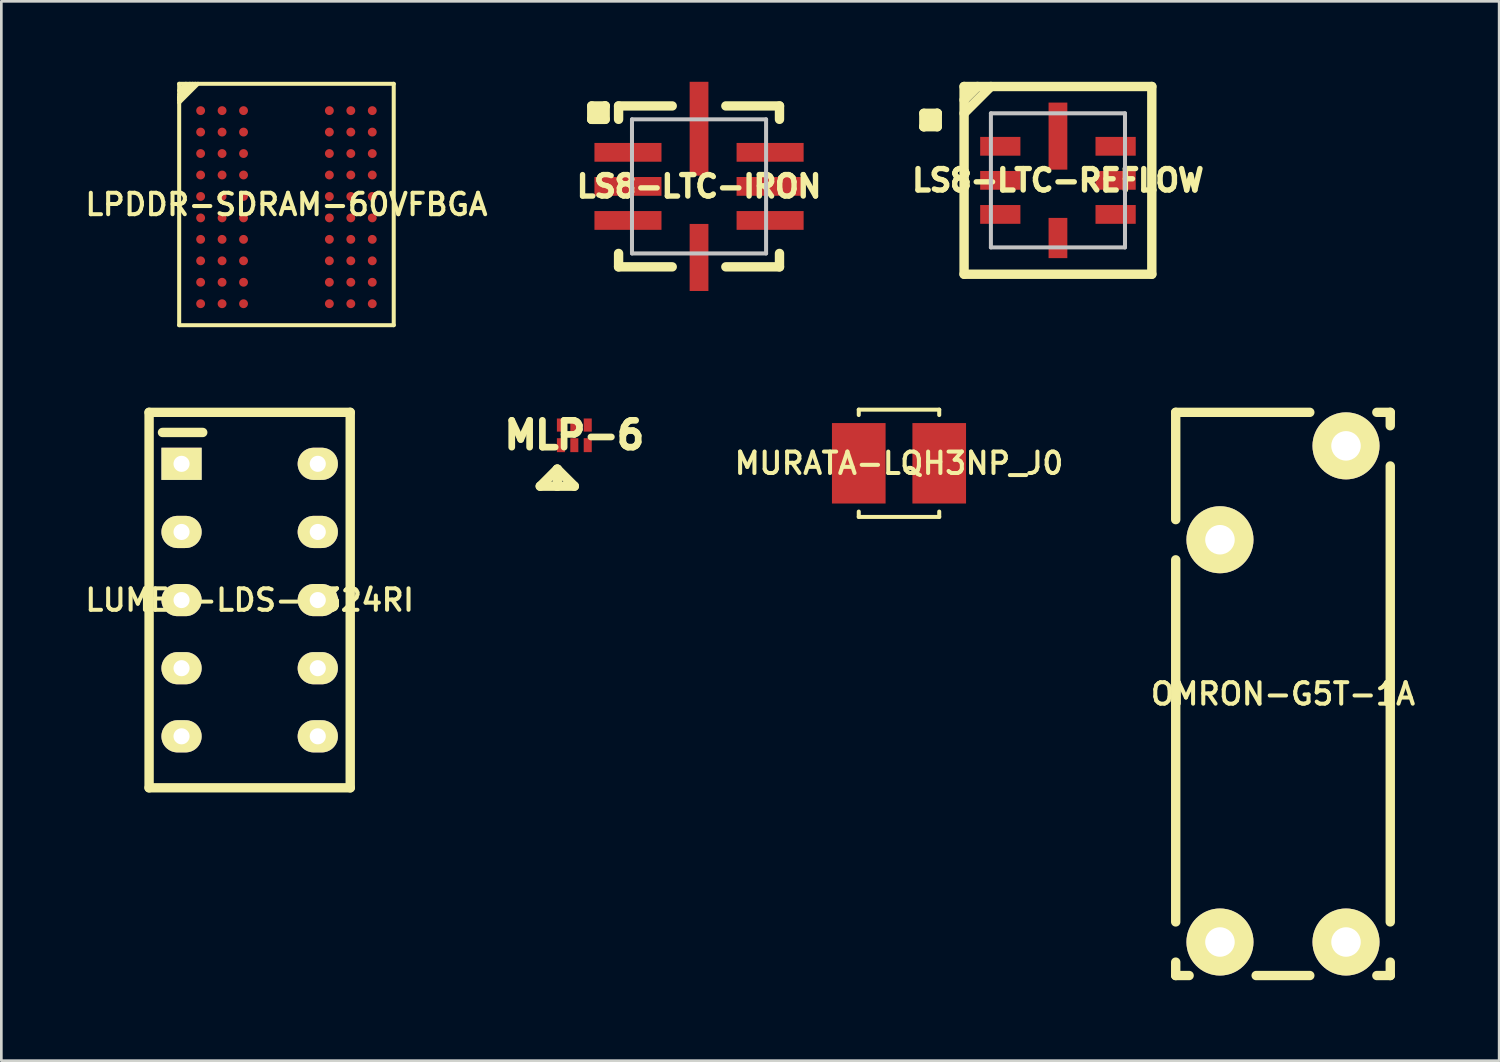
<source format=kicad_pcb>
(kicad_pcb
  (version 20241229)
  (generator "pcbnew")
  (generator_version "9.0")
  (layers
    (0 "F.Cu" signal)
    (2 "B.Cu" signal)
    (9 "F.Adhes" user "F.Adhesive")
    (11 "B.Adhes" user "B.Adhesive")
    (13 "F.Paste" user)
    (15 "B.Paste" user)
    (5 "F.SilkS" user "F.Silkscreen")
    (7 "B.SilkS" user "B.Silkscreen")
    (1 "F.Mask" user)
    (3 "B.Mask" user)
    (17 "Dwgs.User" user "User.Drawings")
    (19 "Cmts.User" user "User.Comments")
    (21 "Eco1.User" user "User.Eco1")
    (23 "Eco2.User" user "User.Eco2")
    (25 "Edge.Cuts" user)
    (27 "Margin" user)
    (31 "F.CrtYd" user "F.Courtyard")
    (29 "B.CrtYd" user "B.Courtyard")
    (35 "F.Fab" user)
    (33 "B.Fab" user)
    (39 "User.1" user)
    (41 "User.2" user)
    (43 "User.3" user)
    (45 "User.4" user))
  (footprint "MLP-6"
    (layer "F.Cu")
    (at 18.365 13.174)
    (property "Reference" "MLP-6" (at 0 0 0) (layer "F.SilkS") (effects (font (size 1 1) (thickness 0.25))))
    (attr through_hole)
    (fp_line (start -1.27 1.905) (end -0.635 1.905) (stroke (width 0.35) (type solid)) (layer "F.SilkS"))
    (fp_line (start -0.635 1.27) (end -1.27 1.905) (stroke (width 0.35) (type solid)) (layer "F.SilkS"))
    (fp_line (start -0.635 1.27) (end -0.635 1.905) (stroke (width 0.35) (type solid)) (layer "F.SilkS"))
    (fp_line (start -0.635 1.905) (end 0 1.905) (stroke (width 0.35) (type solid)) (layer "F.SilkS"))
    (fp_line (start 0 1.905) (end -0.635 1.27) (stroke (width 0.35) (type solid)) (layer "F.SilkS"))
    (pad "1" smd rect (at -0.5 0.375) (size 0.3 0.52) (layers "F.Cu" "F.Mask" "F.Paste"))
    (pad "2" smd rect (at 0 0.375) (size 0.3 0.52) (layers "F.Cu" "F.Mask" "F.Paste"))
    (pad "3" smd rect (at 0.5 0.375) (size 0.3 0.52) (layers "F.Cu" "F.Mask" "F.Paste"))
    (pad "4" smd rect (at 0.5 -0.375) (size 0.3 0.49) (layers "F.Cu" "F.Mask" "F.Paste"))
    (pad "5" smd rect (at 0 -0.375) (size 0.3 0.49) (layers "F.Cu" "F.Mask" "F.Paste"))
    (pad "6" smd rect (at -0.5 -0.375) (size 0.3 0.49) (layers "F.Cu" "F.Mask" "F.Paste")))
  (footprint "LS8-LTC-IRON"
    (layer "F.Cu")
    (at 23.015 3.9)
    (property "Reference" "LS8-LTC-IRON" (at 0 0 0) (layer "F.SilkS") (effects (font (size 0.8 0.8) (thickness 0.2))))
    (attr through_hole)
    (fp_line (start -4 -3) (end -3.5 -3) (stroke (width 0.35) (type solid)) (layer "F.SilkS"))
    (fp_line (start -4 -2.5) (end -4 -3) (stroke (width 0.35) (type solid)) (layer "F.SilkS"))
    (fp_line (start -3.5 -3) (end -4 -2.5) (stroke (width 0.35) (type solid)) (layer "F.SilkS"))
    (fp_line (start -3.5 -3) (end -3.5 -2.5) (stroke (width 0.35) (type solid)) (layer "F.SilkS"))
    (fp_line (start -3.5 -2.5) (end -4 -2.5) (stroke (width 0.35) (type solid)) (layer "F.SilkS"))
    (fp_line (start -3 -3) (end -1 -3) (stroke (width 0.35) (type solid)) (layer "F.SilkS"))
    (fp_line (start -3 -2.5) (end -3 -3) (stroke (width 0.35) (type solid)) (layer "F.SilkS"))
    (fp_line (start -3 3) (end -3 2.5) (stroke (width 0.35) (type solid)) (layer "F.SilkS"))
    (fp_line (start -1 3) (end -3 3) (stroke (width 0.35) (type solid)) (layer "F.SilkS"))
    (fp_line (start 1 -3) (end 3 -3) (stroke (width 0.35) (type solid)) (layer "F.SilkS"))
    (fp_line (start 3 -3) (end 3 -2.5) (stroke (width 0.35) (type solid)) (layer "F.SilkS"))
    (fp_line (start 3 2.5) (end 3 3) (stroke (width 0.35) (type solid)) (layer "F.SilkS"))
    (fp_line (start 3 3) (end 1 3) (stroke (width 0.35) (type solid)) (layer "F.SilkS"))
    (fp_line (start -2.5 -2.5) (end 2.5 -2.5) (stroke (width 0.15) (type solid)) (layer "Dwgs.User"))
    (fp_line (start -2.5 2.5) (end -2.5 -2.5) (stroke (width 0.15) (type solid)) (layer "Dwgs.User"))
    (fp_line (start 2.5 -2.5) (end 2.5 2.5) (stroke (width 0.15) (type solid)) (layer "Dwgs.User"))
    (fp_line (start 2.5 2.5) (end -2.5 2.5) (stroke (width 0.15) (type solid)) (layer "Dwgs.User"))
    (pad "1" smd rect (at -2.65 -1.27) (size 2.5 0.7) (layers "F.Cu" "F.Mask" "F.Paste"))
    (pad "2" smd rect (at -2.65 0) (size 2.5 0.7) (layers "F.Cu" "F.Mask" "F.Paste"))
    (pad "3" smd rect (at -2.65 1.27) (size 2.5 0.7) (layers "F.Cu" "F.Mask" "F.Paste"))
    (pad "4" smd rect (at 0 2.65) (size 0.7 2.5) (layers "F.Cu" "F.Mask" "F.Paste"))
    (pad "5" smd rect (at 2.65 1.27) (size 2.5 0.7) (layers "F.Cu" "F.Mask" "F.Paste"))
    (pad "6" smd rect (at 2.65 0) (size 2.5 0.7) (layers "F.Cu" "F.Mask" "F.Paste"))
    (pad "7" smd rect (at 2.65 -1.27) (size 2.5 0.7) (layers "F.Cu" "F.Mask" "F.Paste"))
    (pad "8" smd rect (at 0 -2.15) (size 0.7 3.5) (layers "F.Cu" "F.Mask" "F.Paste")))
  (footprint "MURATA-LQH3NP_J0"
    (layer "F.Cu")
    (at 30.471 14.225)
    (property "Reference" "MURATA-LQH3NP_J0" (at 0 0 0) (layer "F.SilkS") (effects (font (size 0.8 0.8) (thickness 0.15))))
    (attr through_hole)
    (fp_line (start -1.5 -2) (end -1.5 -1.8) (stroke (width 0.15) (type solid)) (layer "F.SilkS"))
    (fp_line (start -1.5 -2) (end 1.5 -2) (stroke (width 0.15) (type solid)) (layer "F.SilkS"))
    (fp_line (start -1.5 2) (end -1.5 1.8) (stroke (width 0.15) (type solid)) (layer "F.SilkS"))
    (fp_line (start -1.5 2) (end 1.5 2) (stroke (width 0.15) (type solid)) (layer "F.SilkS"))
    (fp_line (start 1.5 -2) (end 1.5 -1.8) (stroke (width 0.15) (type solid)) (layer "F.SilkS"))
    (fp_line (start 1.5 2) (end 1.5 1.8) (stroke (width 0.15) (type solid)) (layer "F.SilkS"))
    (pad "1" smd rect (at -1.5 0) (size 2 3) (layers "F.Cu" "F.Mask" "F.Paste"))
    (pad "2" smd rect (at 1.5 0) (size 2 3) (layers "F.Cu" "F.Mask" "F.Paste")))
  (footprint "LS8-LTC-REFLOW"
    (layer "F.Cu")
    (at 36.398 3.675)
    (property "Reference" "LS8-LTC-REFLOW" (at 0 0 0) (layer "F.SilkS") (effects (font (size 0.8 0.8) (thickness 0.2))))
    (attr through_hole)
    (fp_line (start -5 -2.5) (end -4.5 -2.5) (stroke (width 0.35) (type solid)) (layer "F.SilkS"))
    (fp_line (start -5 -2) (end -5 -2.5) (stroke (width 0.35) (type solid)) (layer "F.SilkS"))
    (fp_line (start -4.5 -2.5) (end -5 -2) (stroke (width 0.35) (type solid)) (layer "F.SilkS"))
    (fp_line (start -4.5 -2.5) (end -4.5 -2) (stroke (width 0.35) (type solid)) (layer "F.SilkS"))
    (fp_line (start -4.5 -2) (end -5 -2) (stroke (width 0.35) (type solid)) (layer "F.SilkS"))
    (fp_line (start -3.5 -3.5) (end 3.5 -3.5) (stroke (width 0.35) (type solid)) (layer "F.SilkS"))
    (fp_line (start -3.5 -3) (end -3 -3.5) (stroke (width 0.35) (type solid)) (layer "F.SilkS"))
    (fp_line (start -3.5 -2.5) (end -2.5 -3.5) (stroke (width 0.35) (type solid)) (layer "F.SilkS"))
    (fp_line (start -3.5 3.5) (end -3.5 -3.5) (stroke (width 0.35) (type solid)) (layer "F.SilkS"))
    (fp_line (start 3.5 -3.5) (end 3.5 3.5) (stroke (width 0.35) (type solid)) (layer "F.SilkS"))
    (fp_line (start 3.5 3.5) (end -3.5 3.5) (stroke (width 0.35) (type solid)) (layer "F.SilkS"))
    (fp_line (start -2.5 -2.5) (end 2.5 -2.5) (stroke (width 0.15) (type solid)) (layer "Dwgs.User"))
    (fp_line (start -2.5 2.5) (end -2.5 -2.5) (stroke (width 0.15) (type solid)) (layer "Dwgs.User"))
    (fp_line (start 2.5 -2.5) (end 2.5 2.5) (stroke (width 0.15) (type solid)) (layer "Dwgs.User"))
    (fp_line (start 2.5 2.5) (end -2.5 2.5) (stroke (width 0.15) (type solid)) (layer "Dwgs.User"))
    (pad "1" smd rect (at -2.15 -1.27) (size 1.5 0.7) (layers "F.Cu" "F.Mask" "F.Paste"))
    (pad "2" smd rect (at -2.15 0) (size 1.5 0.7) (layers "F.Cu" "F.Mask" "F.Paste"))
    (pad "3" smd rect (at -2.15 1.27) (size 1.5 0.7) (layers "F.Cu" "F.Mask" "F.Paste"))
    (pad "4" smd rect (at 0 2.15) (size 0.7 1.5) (layers "F.Cu" "F.Mask" "F.Paste"))
    (pad "5" smd rect (at 2.15 1.27) (size 1.5 0.7) (layers "F.Cu" "F.Mask" "F.Paste"))
    (pad "6" smd rect (at 2.15 0) (size 1.5 0.7) (layers "F.Cu" "F.Mask" "F.Paste"))
    (pad "7" smd rect (at 2.15 -1.27) (size 1.5 0.7) (layers "F.Cu" "F.Mask" "F.Paste"))
    (pad "8" smd rect (at 0 -1.65) (size 0.7 2.5) (layers "F.Cu" "F.Mask" "F.Paste")))
  (footprint "LPDDR-SDRAM-60VFBGA"
    (layer "F.Cu")
    (at 7.631 4.575)
    (property "Reference" "LPDDR-SDRAM-60VFBGA" (at 0 0 0) (layer "F.SilkS") (effects (font (size 0.8 0.8) (thickness 0.15))))
    (attr through_hole)
    (fp_line (start -4 -4.5) (end -4 4.5) (stroke (width 0.15) (type solid)) (layer "F.SilkS"))
    (fp_line (start -4 -4.25) (end -3.75 -4.5) (stroke (width 0.15) (type solid)) (layer "F.SilkS"))
    (fp_line (start -4 -4.1) (end -3.6 -4.5) (stroke (width 0.15) (type solid)) (layer "F.SilkS"))
    (fp_line (start -4 -4) (end -3.5 -4.5) (stroke (width 0.15) (type solid)) (layer "F.SilkS"))
    (fp_line (start -4 -3.9) (end -4 -4) (stroke (width 0.15) (type solid)) (layer "F.SilkS"))
    (fp_line (start -4 -3.8) (end -3.3 -4.5) (stroke (width 0.15) (type solid)) (layer "F.SilkS"))
    (fp_line (start -4 4.5) (end 4 4.5) (stroke (width 0.15) (type solid)) (layer "F.SilkS"))
    (fp_line (start -3.4 -4.5) (end -4 -3.9) (stroke (width 0.15) (type solid)) (layer "F.SilkS"))
    (fp_line (start 4 -4.5) (end -4 -4.5) (stroke (width 0.15) (type solid)) (layer "F.SilkS"))
    (fp_line (start 4 4.5) (end 4 -4.5) (stroke (width 0.15) (type solid)) (layer "F.SilkS"))
    (pad "A1" smd circle (at -3.2 -3.5) (size 0.33 0.33) (layers "F.Cu" "F.Mask" "F.Paste"))
    (pad "A2" smd circle (at -2.4 -3.5) (size 0.33 0.33) (layers "F.Cu" "F.Mask" "F.Paste"))
    (pad "A3" smd circle (at -1.6 -3.5) (size 0.33 0.33) (layers "F.Cu" "F.Mask" "F.Paste"))
    (pad "A7" smd circle (at 1.6 -3.5) (size 0.33 0.33) (layers "F.Cu" "F.Mask" "F.Paste"))
    (pad "A8" smd circle (at 2.4 -3.5) (size 0.33 0.33) (layers "F.Cu" "F.Mask" "F.Paste"))
    (pad "A9" smd circle (at 3.2 -3.5) (size 0.33 0.33) (layers "F.Cu" "F.Mask" "F.Paste"))
    (pad "B1" smd circle (at -3.2 -2.7) (size 0.33 0.33) (layers "F.Cu" "F.Mask" "F.Paste"))
    (pad "B2" smd circle (at -2.4 -2.7) (size 0.33 0.33) (layers "F.Cu" "F.Mask" "F.Paste"))
    (pad "B3" smd circle (at -1.6 -2.7) (size 0.33 0.33) (layers "F.Cu" "F.Mask" "F.Paste"))
    (pad "B7" smd circle (at 1.6 -2.7) (size 0.33 0.33) (layers "F.Cu" "F.Mask" "F.Paste"))
    (pad "B8" smd circle (at 2.4 -2.7) (size 0.33 0.33) (layers "F.Cu" "F.Mask" "F.Paste"))
    (pad "B9" smd circle (at 3.2 -2.7) (size 0.33 0.33) (layers "F.Cu" "F.Mask" "F.Paste"))
    (pad "C1" smd circle (at -3.2 -1.9) (size 0.33 0.33) (layers "F.Cu" "F.Mask" "F.Paste"))
    (pad "C2" smd circle (at -2.4 -1.9) (size 0.33 0.33) (layers "F.Cu" "F.Mask" "F.Paste"))
    (pad "C3" smd circle (at -1.6 -1.9) (size 0.33 0.33) (layers "F.Cu" "F.Mask" "F.Paste"))
    (pad "C7" smd circle (at 1.6 -1.9) (size 0.33 0.33) (layers "F.Cu" "F.Mask" "F.Paste"))
    (pad "C8" smd circle (at 2.4 -1.9) (size 0.33 0.33) (layers "F.Cu" "F.Mask" "F.Paste"))
    (pad "C9" smd circle (at 3.2 -1.9) (size 0.33 0.33) (layers "F.Cu" "F.Mask" "F.Paste"))
    (pad "D1" smd circle (at -3.2 -1.1) (size 0.33 0.33) (layers "F.Cu" "F.Mask" "F.Paste"))
    (pad "D2" smd circle (at -2.4 -1.1) (size 0.33 0.33) (layers "F.Cu" "F.Mask" "F.Paste"))
    (pad "D3" smd circle (at -1.6 -1.1) (size 0.33 0.33) (layers "F.Cu" "F.Mask" "F.Paste"))
    (pad "D7" smd circle (at 1.6 -1.1) (size 0.33 0.33) (layers "F.Cu" "F.Mask" "F.Paste"))
    (pad "D8" smd circle (at 2.4 -1.1) (size 0.33 0.33) (layers "F.Cu" "F.Mask" "F.Paste"))
    (pad "D9" smd circle (at 3.2 -1.1) (size 0.33 0.33) (layers "F.Cu" "F.Mask" "F.Paste"))
    (pad "E1" smd circle (at -3.2 -0.3) (size 0.33 0.33) (layers "F.Cu" "F.Mask" "F.Paste"))
    (pad "E2" smd circle (at -2.4 -0.3) (size 0.33 0.33) (layers "F.Cu" "F.Mask" "F.Paste"))
    (pad "E3" smd circle (at -1.6 -0.3) (size 0.33 0.33) (layers "F.Cu" "F.Mask" "F.Paste"))
    (pad "E7" smd circle (at 1.6 -0.3) (size 0.33 0.33) (layers "F.Cu" "F.Mask" "F.Paste"))
    (pad "E8" smd circle (at 2.4 -0.3) (size 0.33 0.33) (layers "F.Cu" "F.Mask" "F.Paste"))
    (pad "E9" smd circle (at 3.2 -0.3) (size 0.33 0.33) (layers "F.Cu" "F.Mask" "F.Paste"))
    (pad "F1" smd circle (at -3.2 0.5) (size 0.33 0.33) (layers "F.Cu" "F.Mask" "F.Paste"))
    (pad "F2" smd circle (at -2.4 0.5) (size 0.33 0.33) (layers "F.Cu" "F.Mask" "F.Paste"))
    (pad "F3" smd circle (at -1.6 0.5) (size 0.33 0.33) (layers "F.Cu" "F.Mask" "F.Paste"))
    (pad "F7" smd circle (at 1.6 0.5) (size 0.33 0.33) (layers "F.Cu" "F.Mask" "F.Paste"))
    (pad "F8" smd circle (at 2.4 0.5) (size 0.33 0.33) (layers "F.Cu" "F.Mask" "F.Paste"))
    (pad "F9" smd circle (at 3.2 0.5) (size 0.33 0.33) (layers "F.Cu" "F.Mask" "F.Paste"))
    (pad "G1" smd circle (at -3.2 1.3) (size 0.33 0.33) (layers "F.Cu" "F.Mask" "F.Paste"))
    (pad "G2" smd circle (at -2.4 1.3) (size 0.33 0.33) (layers "F.Cu" "F.Mask" "F.Paste"))
    (pad "G3" smd circle (at -1.6 1.3) (size 0.33 0.33) (layers "F.Cu" "F.Mask" "F.Paste"))
    (pad "G7" smd circle (at 1.6 1.3) (size 0.33 0.33) (layers "F.Cu" "F.Mask" "F.Paste"))
    (pad "G8" smd circle (at 2.4 1.3) (size 0.33 0.33) (layers "F.Cu" "F.Mask" "F.Paste"))
    (pad "G9" smd circle (at 3.2 1.3) (size 0.33 0.33) (layers "F.Cu" "F.Mask" "F.Paste"))
    (pad "H1" smd circle (at -3.2 2.1) (size 0.33 0.33) (layers "F.Cu" "F.Mask" "F.Paste"))
    (pad "H2" smd circle (at -2.4 2.1) (size 0.33 0.33) (layers "F.Cu" "F.Mask" "F.Paste"))
    (pad "H3" smd circle (at -1.6 2.1) (size 0.33 0.33) (layers "F.Cu" "F.Mask" "F.Paste"))
    (pad "H7" smd circle (at 1.6 2.1) (size 0.33 0.33) (layers "F.Cu" "F.Mask" "F.Paste"))
    (pad "H8" smd circle (at 2.4 2.1) (size 0.33 0.33) (layers "F.Cu" "F.Mask" "F.Paste"))
    (pad "H9" smd circle (at 3.2 2.1) (size 0.33 0.33) (layers "F.Cu" "F.Mask" "F.Paste"))
    (pad "J1" smd circle (at -3.2 2.9) (size 0.33 0.33) (layers "F.Cu" "F.Mask" "F.Paste"))
    (pad "J2" smd circle (at -2.4 2.9) (size 0.33 0.33) (layers "F.Cu" "F.Mask" "F.Paste"))
    (pad "J3" smd circle (at -1.6 2.9) (size 0.33 0.33) (layers "F.Cu" "F.Mask" "F.Paste"))
    (pad "J7" smd circle (at 1.6 2.9) (size 0.33 0.33) (layers "F.Cu" "F.Mask" "F.Paste"))
    (pad "J8" smd circle (at 2.4 2.9) (size 0.33 0.33) (layers "F.Cu" "F.Mask" "F.Paste"))
    (pad "J9" smd circle (at 3.2 2.9) (size 0.33 0.33) (layers "F.Cu" "F.Mask" "F.Paste"))
    (pad "K1" smd circle (at -3.2 3.7) (size 0.33 0.33) (layers "F.Cu" "F.Mask" "F.Paste"))
    (pad "K2" smd circle (at -2.4 3.7) (size 0.33 0.33) (layers "F.Cu" "F.Mask" "F.Paste"))
    (pad "K3" smd circle (at -1.6 3.7) (size 0.33 0.33) (layers "F.Cu" "F.Mask" "F.Paste"))
    (pad "K7" smd circle (at 1.6 3.7) (size 0.33 0.33) (layers "F.Cu" "F.Mask" "F.Paste"))
    (pad "K8" smd circle (at 2.4 3.7) (size 0.33 0.33) (layers "F.Cu" "F.Mask" "F.Paste"))
    (pad "K9" smd circle (at 3.2 3.7) (size 0.33 0.33) (layers "F.Cu" "F.Mask" "F.Paste")))
  (footprint "OMRON-G5T-1A"
    (layer "F.Cu")
    (at 44.789 22.825)
    (property "Reference" "OMRON-G5T-1A" (at 0 0 0) (layer "F.SilkS") (effects (font (size 0.8 0.8) (thickness 0.15))))
    (attr through_hole)
    (fp_line (start -4 -10.5) (end 1 -10.5) (stroke (width 0.35) (type solid)) (layer "F.SilkS"))
    (fp_line (start -4 -6.5) (end -4 -10.5) (stroke (width 0.35) (type solid)) (layer "F.SilkS"))
    (fp_line (start -4 8.5) (end -4 -5) (stroke (width 0.35) (type solid)) (layer "F.SilkS"))
    (fp_line (start -4 10.5) (end -4 10) (stroke (width 0.35) (type solid)) (layer "F.SilkS"))
    (fp_line (start -3.5 10.5) (end -4 10.5) (stroke (width 0.35) (type solid)) (layer "F.SilkS"))
    (fp_line (start 1 10.5) (end -1 10.5) (stroke (width 0.35) (type solid)) (layer "F.SilkS"))
    (fp_line (start 3.5 -10.5) (end 4 -10.5) (stroke (width 0.35) (type solid)) (layer "F.SilkS"))
    (fp_line (start 4 -10.5) (end 4 -10) (stroke (width 0.35) (type solid)) (layer "F.SilkS"))
    (fp_line (start 4 -8.5) (end 4 8.5) (stroke (width 0.35) (type solid)) (layer "F.SilkS"))
    (fp_line (start 4 10) (end 4 10.5) (stroke (width 0.35) (type solid)) (layer "F.SilkS"))
    (fp_line (start 4 10.5) (end 3.5 10.5) (stroke (width 0.35) (type solid)) (layer "F.SilkS"))
    (pad "C1" thru_hole circle (at -2.35 9.25) (size 2.5 2.5) (drill 1.1) (layers "*.Cu" "*.Mask" "F.SilkS"))
    (pad "C2" thru_hole circle (at 2.35 9.25) (size 2.5 2.5) (drill 1.1) (layers "*.Cu" "*.Mask" "F.SilkS"))
    (pad "P1A" thru_hole circle (at 2.35 -9.25) (size 2.5 2.5) (drill 1.1) (layers "*.Cu" "*.Mask" "F.SilkS"))
    (pad "P1B" thru_hole circle (at -2.35 -5.75) (size 2.5 2.5) (drill 1.1) (layers "*.Cu" "*.Mask" "F.SilkS")))
  (footprint "LUMEX-LDS-A324RI"
    (layer "F.Cu")
    (at 6.259 19.325)
    (property "Reference" "LUMEX-LDS-A324RI" (at 0 0 0) (layer "F.SilkS") (effects (font (size 0.8 0.8) (thickness 0.15))))
    (attr through_hole)
    (fp_line (start -3.75 -7) (end 3.75 -7) (stroke (width 0.35) (type solid)) (layer "F.SilkS"))
    (fp_line (start -3.75 7) (end -3.75 -7) (stroke (width 0.35) (type solid)) (layer "F.SilkS"))
    (fp_line (start -3.25 -6.25) (end -1.75 -6.25) (stroke (width 0.35) (type solid)) (layer "F.SilkS"))
    (fp_line (start 3.75 -7) (end 3.75 7) (stroke (width 0.35) (type solid)) (layer "F.SilkS"))
    (fp_line (start 3.75 7) (end -3.75 7) (stroke (width 0.35) (type solid)) (layer "F.SilkS"))
    (pad "1" thru_hole rect (at -2.54 -5.08) (size 1.5 1.2) (drill 0.6) (layers "*.Cu" "*.Mask" "F.SilkS"))
    (pad "2" thru_hole oval (at -2.54 -2.54) (size 1.5 1.2) (drill 0.6) (layers "*.Cu" "*.Mask" "F.SilkS"))
    (pad "3" thru_hole oval (at -2.54 0) (size 1.5 1.2) (drill 0.6) (layers "*.Cu" "*.Mask" "F.SilkS"))
    (pad "4" thru_hole oval (at -2.54 2.54) (size 1.5 1.2) (drill 0.6) (layers "*.Cu" "*.Mask" "F.SilkS"))
    (pad "5" thru_hole oval (at -2.54 5.08) (size 1.5 1.2) (drill 0.6) (layers "*.Cu" "*.Mask" "F.SilkS"))
    (pad "6" thru_hole oval (at 2.54 5.08) (size 1.5 1.2) (drill 0.6) (layers "*.Cu" "*.Mask" "F.SilkS"))
    (pad "7" thru_hole oval (at 2.54 2.54) (size 1.5 1.2) (drill 0.6) (layers "*.Cu" "*.Mask" "F.SilkS"))
    (pad "8" thru_hole oval (at 2.54 0) (size 1.5 1.2) (drill 0.6) (layers "*.Cu" "*.Mask" "F.SilkS"))
    (pad "9" thru_hole oval (at 2.54 -2.54) (size 1.5 1.2) (drill 0.6) (layers "*.Cu" "*.Mask" "F.SilkS"))
    (pad "10" thru_hole oval (at 2.54 -5.08) (size 1.5 1.2) (drill 0.6) (layers "*.Cu" "*.Mask" "F.SilkS")))
  (gr_rect
    (start -3 -3)
    (end 52.849 36.5)
    (stroke (width 0.1) (type default))
    (fill no)
    (layer "Edge.Cuts")))
</source>
